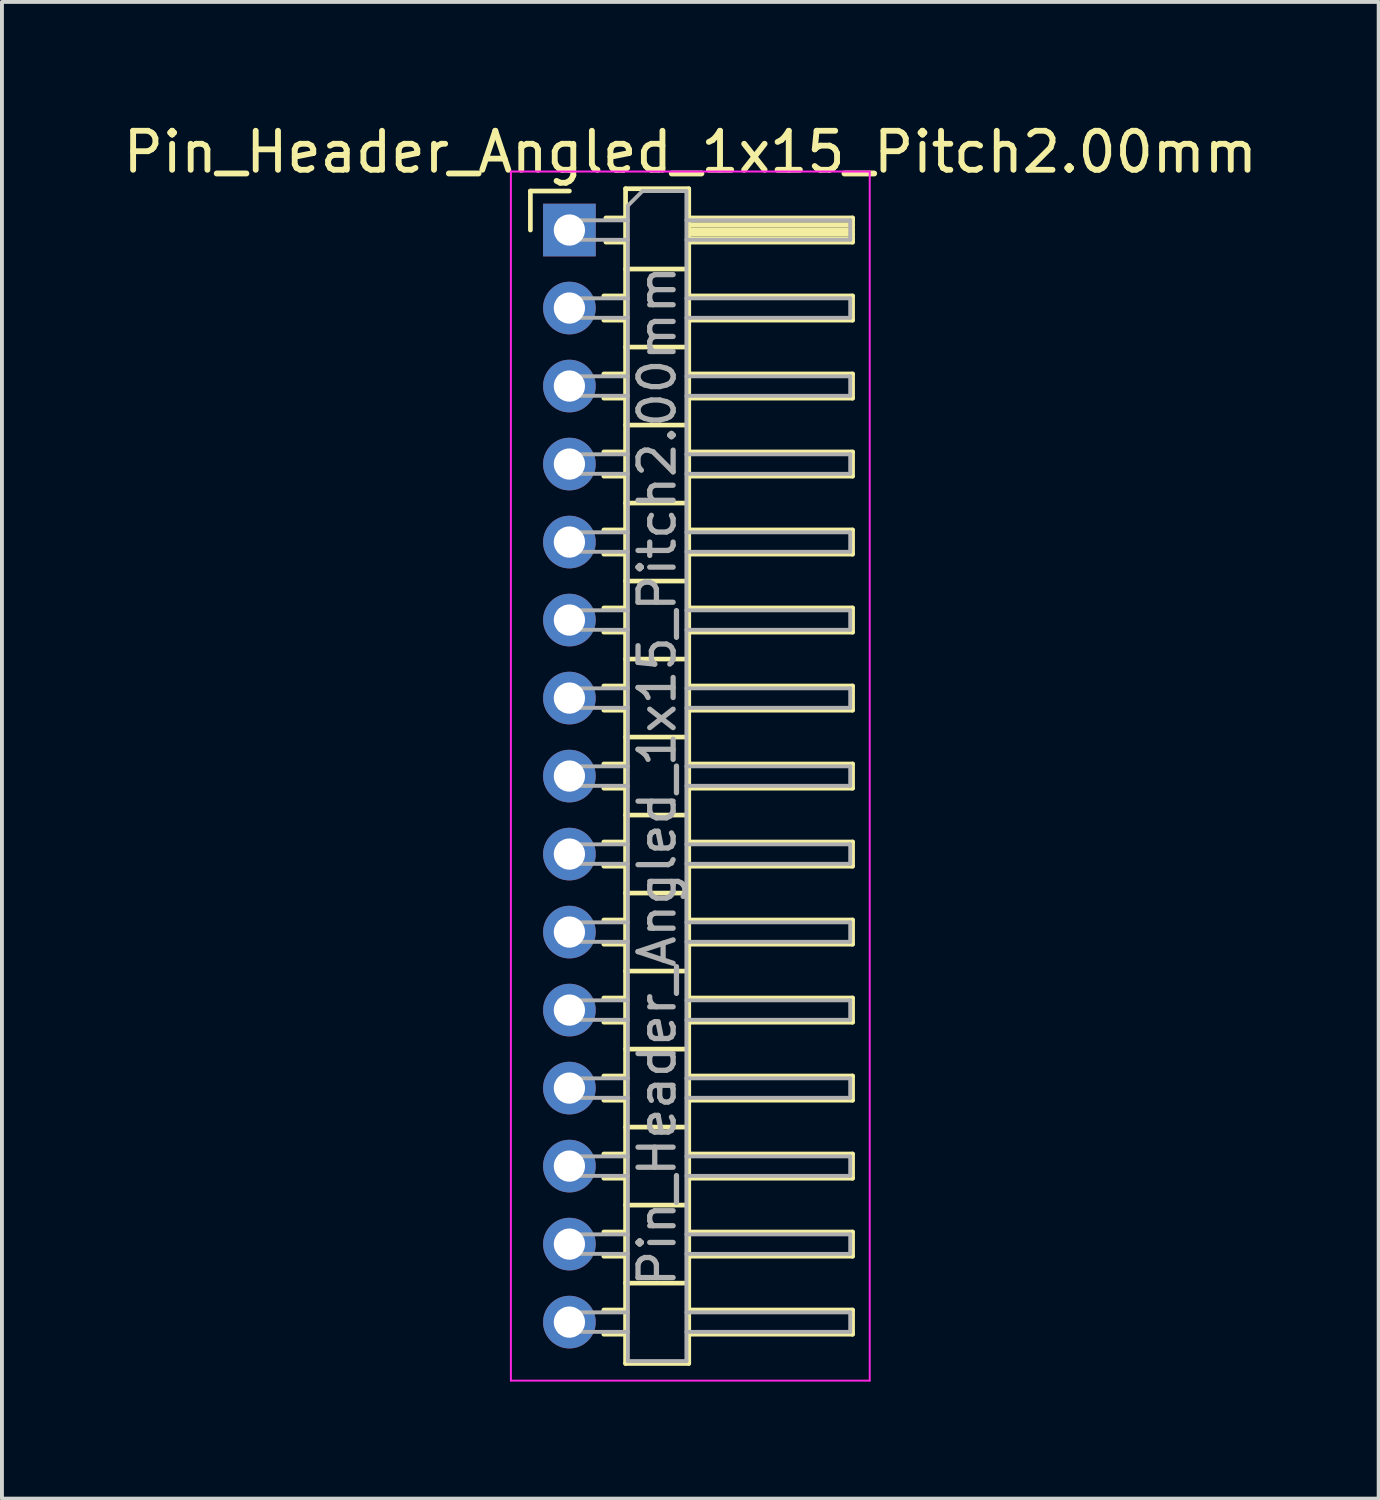
<source format=kicad_pcb>
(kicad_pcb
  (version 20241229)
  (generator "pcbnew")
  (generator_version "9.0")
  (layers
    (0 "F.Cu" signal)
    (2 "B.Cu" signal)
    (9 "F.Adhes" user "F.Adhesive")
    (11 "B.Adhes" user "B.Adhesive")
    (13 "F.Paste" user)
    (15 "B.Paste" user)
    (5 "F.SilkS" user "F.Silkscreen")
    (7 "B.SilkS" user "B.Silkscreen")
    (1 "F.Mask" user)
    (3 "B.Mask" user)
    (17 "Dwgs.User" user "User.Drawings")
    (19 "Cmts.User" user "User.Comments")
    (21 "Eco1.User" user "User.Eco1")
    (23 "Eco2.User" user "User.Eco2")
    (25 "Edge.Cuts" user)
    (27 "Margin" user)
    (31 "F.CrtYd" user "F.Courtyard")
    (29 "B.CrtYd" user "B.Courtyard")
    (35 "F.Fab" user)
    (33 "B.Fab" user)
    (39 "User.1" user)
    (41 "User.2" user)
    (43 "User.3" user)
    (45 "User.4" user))
  (footprint "Pin_Header_Angled_1x15_Pitch2.00mm"
    (layer "F.Cu")
    (at 11.549 2.848)
    (property "Reference" "Pin_Header_Angled_1x15_Pitch2.00mm" (at 3.1 -2 0) (layer "F.SilkS") (effects (font (size 1 1) (thickness 0.15))))
    (attr through_hole)
    (fp_line (start -1 -1) (end 0 -1) (stroke (width 0.12) (type solid)) (layer "F.SilkS"))
    (fp_line (start -1 0) (end -1 -1) (stroke (width 0.12) (type solid)) (layer "F.SilkS"))
    (fp_line (start 0.882 1.69) (end 1.44 1.69) (stroke (width 0.12) (type solid)) (layer "F.SilkS"))
    (fp_line (start 0.882 2.31) (end 1.44 2.31) (stroke (width 0.12) (type solid)) (layer "F.SilkS"))
    (fp_line (start 0.882 3.69) (end 1.44 3.69) (stroke (width 0.12) (type solid)) (layer "F.SilkS"))
    (fp_line (start 0.882 4.31) (end 1.44 4.31) (stroke (width 0.12) (type solid)) (layer "F.SilkS"))
    (fp_line (start 0.882 5.69) (end 1.44 5.69) (stroke (width 0.12) (type solid)) (layer "F.SilkS"))
    (fp_line (start 0.882 6.31) (end 1.44 6.31) (stroke (width 0.12) (type solid)) (layer "F.SilkS"))
    (fp_line (start 0.882 7.69) (end 1.44 7.69) (stroke (width 0.12) (type solid)) (layer "F.SilkS"))
    (fp_line (start 0.882 8.31) (end 1.44 8.31) (stroke (width 0.12) (type solid)) (layer "F.SilkS"))
    (fp_line (start 0.882 9.69) (end 1.44 9.69) (stroke (width 0.12) (type solid)) (layer "F.SilkS"))
    (fp_line (start 0.882 10.31) (end 1.44 10.31) (stroke (width 0.12) (type solid)) (layer "F.SilkS"))
    (fp_line (start 0.882 11.69) (end 1.44 11.69) (stroke (width 0.12) (type solid)) (layer "F.SilkS"))
    (fp_line (start 0.882 12.31) (end 1.44 12.31) (stroke (width 0.12) (type solid)) (layer "F.SilkS"))
    (fp_line (start 0.882 13.69) (end 1.44 13.69) (stroke (width 0.12) (type solid)) (layer "F.SilkS"))
    (fp_line (start 0.882 14.31) (end 1.44 14.31) (stroke (width 0.12) (type solid)) (layer "F.SilkS"))
    (fp_line (start 0.882 15.69) (end 1.44 15.69) (stroke (width 0.12) (type solid)) (layer "F.SilkS"))
    (fp_line (start 0.882 16.31) (end 1.44 16.31) (stroke (width 0.12) (type solid)) (layer "F.SilkS"))
    (fp_line (start 0.882 17.69) (end 1.44 17.69) (stroke (width 0.12) (type solid)) (layer "F.SilkS"))
    (fp_line (start 0.882 18.31) (end 1.44 18.31) (stroke (width 0.12) (type solid)) (layer "F.SilkS"))
    (fp_line (start 0.882 19.69) (end 1.44 19.69) (stroke (width 0.12) (type solid)) (layer "F.SilkS"))
    (fp_line (start 0.882 20.31) (end 1.44 20.31) (stroke (width 0.12) (type solid)) (layer "F.SilkS"))
    (fp_line (start 0.882 21.69) (end 1.44 21.69) (stroke (width 0.12) (type solid)) (layer "F.SilkS"))
    (fp_line (start 0.882 22.31) (end 1.44 22.31) (stroke (width 0.12) (type solid)) (layer "F.SilkS"))
    (fp_line (start 0.882 23.69) (end 1.44 23.69) (stroke (width 0.12) (type solid)) (layer "F.SilkS"))
    (fp_line (start 0.882 24.31) (end 1.44 24.31) (stroke (width 0.12) (type solid)) (layer "F.SilkS"))
    (fp_line (start 0.882 25.69) (end 1.44 25.69) (stroke (width 0.12) (type solid)) (layer "F.SilkS"))
    (fp_line (start 0.882 26.31) (end 1.44 26.31) (stroke (width 0.12) (type solid)) (layer "F.SilkS"))
    (fp_line (start 0.882 27.69) (end 1.44 27.69) (stroke (width 0.12) (type solid)) (layer "F.SilkS"))
    (fp_line (start 0.882 28.31) (end 1.44 28.31) (stroke (width 0.12) (type solid)) (layer "F.SilkS"))
    (fp_line (start 0.935 -0.31) (end 1.44 -0.31) (stroke (width 0.12) (type solid)) (layer "F.SilkS"))
    (fp_line (start 0.935 0.31) (end 1.44 0.31) (stroke (width 0.12) (type solid)) (layer "F.SilkS"))
    (fp_line (start 1.44 -1.06) (end 1.44 29.06) (stroke (width 0.12) (type solid)) (layer "F.SilkS"))
    (fp_line (start 1.44 1) (end 3.06 1) (stroke (width 0.12) (type solid)) (layer "F.SilkS"))
    (fp_line (start 1.44 3) (end 3.06 3) (stroke (width 0.12) (type solid)) (layer "F.SilkS"))
    (fp_line (start 1.44 5) (end 3.06 5) (stroke (width 0.12) (type solid)) (layer "F.SilkS"))
    (fp_line (start 1.44 7) (end 3.06 7) (stroke (width 0.12) (type solid)) (layer "F.SilkS"))
    (fp_line (start 1.44 9) (end 3.06 9) (stroke (width 0.12) (type solid)) (layer "F.SilkS"))
    (fp_line (start 1.44 11) (end 3.06 11) (stroke (width 0.12) (type solid)) (layer "F.SilkS"))
    (fp_line (start 1.44 13) (end 3.06 13) (stroke (width 0.12) (type solid)) (layer "F.SilkS"))
    (fp_line (start 1.44 15) (end 3.06 15) (stroke (width 0.12) (type solid)) (layer "F.SilkS"))
    (fp_line (start 1.44 17) (end 3.06 17) (stroke (width 0.12) (type solid)) (layer "F.SilkS"))
    (fp_line (start 1.44 19) (end 3.06 19) (stroke (width 0.12) (type solid)) (layer "F.SilkS"))
    (fp_line (start 1.44 21) (end 3.06 21) (stroke (width 0.12) (type solid)) (layer "F.SilkS"))
    (fp_line (start 1.44 23) (end 3.06 23) (stroke (width 0.12) (type solid)) (layer "F.SilkS"))
    (fp_line (start 1.44 25) (end 3.06 25) (stroke (width 0.12) (type solid)) (layer "F.SilkS"))
    (fp_line (start 1.44 27) (end 3.06 27) (stroke (width 0.12) (type solid)) (layer "F.SilkS"))
    (fp_line (start 1.44 29.06) (end 3.06 29.06) (stroke (width 0.12) (type solid)) (layer "F.SilkS"))
    (fp_line (start 3.06 -1.06) (end 1.44 -1.06) (stroke (width 0.12) (type solid)) (layer "F.SilkS"))
    (fp_line (start 3.06 -0.31) (end 7.26 -0.31) (stroke (width 0.12) (type solid)) (layer "F.SilkS"))
    (fp_line (start 3.06 -0.25) (end 7.26 -0.25) (stroke (width 0.12) (type solid)) (layer "F.SilkS"))
    (fp_line (start 3.06 -0.13) (end 7.26 -0.13) (stroke (width 0.12) (type solid)) (layer "F.SilkS"))
    (fp_line (start 3.06 -0.01) (end 7.26 -0.01) (stroke (width 0.12) (type solid)) (layer "F.SilkS"))
    (fp_line (start 3.06 0.11) (end 7.26 0.11) (stroke (width 0.12) (type solid)) (layer "F.SilkS"))
    (fp_line (start 3.06 0.23) (end 7.26 0.23) (stroke (width 0.12) (type solid)) (layer "F.SilkS"))
    (fp_line (start 3.06 1.69) (end 7.26 1.69) (stroke (width 0.12) (type solid)) (layer "F.SilkS"))
    (fp_line (start 3.06 3.69) (end 7.26 3.69) (stroke (width 0.12) (type solid)) (layer "F.SilkS"))
    (fp_line (start 3.06 5.69) (end 7.26 5.69) (stroke (width 0.12) (type solid)) (layer "F.SilkS"))
    (fp_line (start 3.06 7.69) (end 7.26 7.69) (stroke (width 0.12) (type solid)) (layer "F.SilkS"))
    (fp_line (start 3.06 9.69) (end 7.26 9.69) (stroke (width 0.12) (type solid)) (layer "F.SilkS"))
    (fp_line (start 3.06 11.69) (end 7.26 11.69) (stroke (width 0.12) (type solid)) (layer "F.SilkS"))
    (fp_line (start 3.06 13.69) (end 7.26 13.69) (stroke (width 0.12) (type solid)) (layer "F.SilkS"))
    (fp_line (start 3.06 15.69) (end 7.26 15.69) (stroke (width 0.12) (type solid)) (layer "F.SilkS"))
    (fp_line (start 3.06 17.69) (end 7.26 17.69) (stroke (width 0.12) (type solid)) (layer "F.SilkS"))
    (fp_line (start 3.06 19.69) (end 7.26 19.69) (stroke (width 0.12) (type solid)) (layer "F.SilkS"))
    (fp_line (start 3.06 21.69) (end 7.26 21.69) (stroke (width 0.12) (type solid)) (layer "F.SilkS"))
    (fp_line (start 3.06 23.69) (end 7.26 23.69) (stroke (width 0.12) (type solid)) (layer "F.SilkS"))
    (fp_line (start 3.06 25.69) (end 7.26 25.69) (stroke (width 0.12) (type solid)) (layer "F.SilkS"))
    (fp_line (start 3.06 27.69) (end 7.26 27.69) (stroke (width 0.12) (type solid)) (layer "F.SilkS"))
    (fp_line (start 3.06 29.06) (end 3.06 -1.06) (stroke (width 0.12) (type solid)) (layer "F.SilkS"))
    (fp_line (start 7.26 -0.31) (end 7.26 0.31) (stroke (width 0.12) (type solid)) (layer "F.SilkS"))
    (fp_line (start 7.26 0.31) (end 3.06 0.31) (stroke (width 0.12) (type solid)) (layer "F.SilkS"))
    (fp_line (start 7.26 1.69) (end 7.26 2.31) (stroke (width 0.12) (type solid)) (layer "F.SilkS"))
    (fp_line (start 7.26 2.31) (end 3.06 2.31) (stroke (width 0.12) (type solid)) (layer "F.SilkS"))
    (fp_line (start 7.26 3.69) (end 7.26 4.31) (stroke (width 0.12) (type solid)) (layer "F.SilkS"))
    (fp_line (start 7.26 4.31) (end 3.06 4.31) (stroke (width 0.12) (type solid)) (layer "F.SilkS"))
    (fp_line (start 7.26 5.69) (end 7.26 6.31) (stroke (width 0.12) (type solid)) (layer "F.SilkS"))
    (fp_line (start 7.26 6.31) (end 3.06 6.31) (stroke (width 0.12) (type solid)) (layer "F.SilkS"))
    (fp_line (start 7.26 7.69) (end 7.26 8.31) (stroke (width 0.12) (type solid)) (layer "F.SilkS"))
    (fp_line (start 7.26 8.31) (end 3.06 8.31) (stroke (width 0.12) (type solid)) (layer "F.SilkS"))
    (fp_line (start 7.26 9.69) (end 7.26 10.31) (stroke (width 0.12) (type solid)) (layer "F.SilkS"))
    (fp_line (start 7.26 10.31) (end 3.06 10.31) (stroke (width 0.12) (type solid)) (layer "F.SilkS"))
    (fp_line (start 7.26 11.69) (end 7.26 12.31) (stroke (width 0.12) (type solid)) (layer "F.SilkS"))
    (fp_line (start 7.26 12.31) (end 3.06 12.31) (stroke (width 0.12) (type solid)) (layer "F.SilkS"))
    (fp_line (start 7.26 13.69) (end 7.26 14.31) (stroke (width 0.12) (type solid)) (layer "F.SilkS"))
    (fp_line (start 7.26 14.31) (end 3.06 14.31) (stroke (width 0.12) (type solid)) (layer "F.SilkS"))
    (fp_line (start 7.26 15.69) (end 7.26 16.31) (stroke (width 0.12) (type solid)) (layer "F.SilkS"))
    (fp_line (start 7.26 16.31) (end 3.06 16.31) (stroke (width 0.12) (type solid)) (layer "F.SilkS"))
    (fp_line (start 7.26 17.69) (end 7.26 18.31) (stroke (width 0.12) (type solid)) (layer "F.SilkS"))
    (fp_line (start 7.26 18.31) (end 3.06 18.31) (stroke (width 0.12) (type solid)) (layer "F.SilkS"))
    (fp_line (start 7.26 19.69) (end 7.26 20.31) (stroke (width 0.12) (type solid)) (layer "F.SilkS"))
    (fp_line (start 7.26 20.31) (end 3.06 20.31) (stroke (width 0.12) (type solid)) (layer "F.SilkS"))
    (fp_line (start 7.26 21.69) (end 7.26 22.31) (stroke (width 0.12) (type solid)) (layer "F.SilkS"))
    (fp_line (start 7.26 22.31) (end 3.06 22.31) (stroke (width 0.12) (type solid)) (layer "F.SilkS"))
    (fp_line (start 7.26 23.69) (end 7.26 24.31) (stroke (width 0.12) (type solid)) (layer "F.SilkS"))
    (fp_line (start 7.26 24.31) (end 3.06 24.31) (stroke (width 0.12) (type solid)) (layer "F.SilkS"))
    (fp_line (start 7.26 25.69) (end 7.26 26.31) (stroke (width 0.12) (type solid)) (layer "F.SilkS"))
    (fp_line (start 7.26 26.31) (end 3.06 26.31) (stroke (width 0.12) (type solid)) (layer "F.SilkS"))
    (fp_line (start 7.26 27.69) (end 7.26 28.31) (stroke (width 0.12) (type solid)) (layer "F.SilkS"))
    (fp_line (start 7.26 28.31) (end 3.06 28.31) (stroke (width 0.12) (type solid)) (layer "F.SilkS"))
    (fp_line (start -1.5 -1.5) (end -1.5 29.5) (stroke (width 0.05) (type solid)) (layer "F.CrtYd"))
    (fp_line (start -1.5 29.5) (end 7.7 29.5) (stroke (width 0.05) (type solid)) (layer "F.CrtYd"))
    (fp_line (start 7.7 -1.5) (end -1.5 -1.5) (stroke (width 0.05) (type solid)) (layer "F.CrtYd"))
    (fp_line (start 7.7 29.5) (end 7.7 -1.5) (stroke (width 0.05) (type solid)) (layer "F.CrtYd"))
    (fp_line (start -0.25 -0.25) (end -0.25 0.25) (stroke (width 0.1) (type solid)) (layer "F.Fab"))
    (fp_line (start -0.25 -0.25) (end 1.5 -0.25) (stroke (width 0.1) (type solid)) (layer "F.Fab"))
    (fp_line (start -0.25 0.25) (end 1.5 0.25) (stroke (width 0.1) (type solid)) (layer "F.Fab"))
    (fp_line (start -0.25 1.75) (end -0.25 2.25) (stroke (width 0.1) (type solid)) (layer "F.Fab"))
    (fp_line (start -0.25 1.75) (end 1.5 1.75) (stroke (width 0.1) (type solid)) (layer "F.Fab"))
    (fp_line (start -0.25 2.25) (end 1.5 2.25) (stroke (width 0.1) (type solid)) (layer "F.Fab"))
    (fp_line (start -0.25 3.75) (end -0.25 4.25) (stroke (width 0.1) (type solid)) (layer "F.Fab"))
    (fp_line (start -0.25 3.75) (end 1.5 3.75) (stroke (width 0.1) (type solid)) (layer "F.Fab"))
    (fp_line (start -0.25 4.25) (end 1.5 4.25) (stroke (width 0.1) (type solid)) (layer "F.Fab"))
    (fp_line (start -0.25 5.75) (end -0.25 6.25) (stroke (width 0.1) (type solid)) (layer "F.Fab"))
    (fp_line (start -0.25 5.75) (end 1.5 5.75) (stroke (width 0.1) (type solid)) (layer "F.Fab"))
    (fp_line (start -0.25 6.25) (end 1.5 6.25) (stroke (width 0.1) (type solid)) (layer "F.Fab"))
    (fp_line (start -0.25 7.75) (end -0.25 8.25) (stroke (width 0.1) (type solid)) (layer "F.Fab"))
    (fp_line (start -0.25 7.75) (end 1.5 7.75) (stroke (width 0.1) (type solid)) (layer "F.Fab"))
    (fp_line (start -0.25 8.25) (end 1.5 8.25) (stroke (width 0.1) (type solid)) (layer "F.Fab"))
    (fp_line (start -0.25 9.75) (end -0.25 10.25) (stroke (width 0.1) (type solid)) (layer "F.Fab"))
    (fp_line (start -0.25 9.75) (end 1.5 9.75) (stroke (width 0.1) (type solid)) (layer "F.Fab"))
    (fp_line (start -0.25 10.25) (end 1.5 10.25) (stroke (width 0.1) (type solid)) (layer "F.Fab"))
    (fp_line (start -0.25 11.75) (end -0.25 12.25) (stroke (width 0.1) (type solid)) (layer "F.Fab"))
    (fp_line (start -0.25 11.75) (end 1.5 11.75) (stroke (width 0.1) (type solid)) (layer "F.Fab"))
    (fp_line (start -0.25 12.25) (end 1.5 12.25) (stroke (width 0.1) (type solid)) (layer "F.Fab"))
    (fp_line (start -0.25 13.75) (end -0.25 14.25) (stroke (width 0.1) (type solid)) (layer "F.Fab"))
    (fp_line (start -0.25 13.75) (end 1.5 13.75) (stroke (width 0.1) (type solid)) (layer "F.Fab"))
    (fp_line (start -0.25 14.25) (end 1.5 14.25) (stroke (width 0.1) (type solid)) (layer "F.Fab"))
    (fp_line (start -0.25 15.75) (end -0.25 16.25) (stroke (width 0.1) (type solid)) (layer "F.Fab"))
    (fp_line (start -0.25 15.75) (end 1.5 15.75) (stroke (width 0.1) (type solid)) (layer "F.Fab"))
    (fp_line (start -0.25 16.25) (end 1.5 16.25) (stroke (width 0.1) (type solid)) (layer "F.Fab"))
    (fp_line (start -0.25 17.75) (end -0.25 18.25) (stroke (width 0.1) (type solid)) (layer "F.Fab"))
    (fp_line (start -0.25 17.75) (end 1.5 17.75) (stroke (width 0.1) (type solid)) (layer "F.Fab"))
    (fp_line (start -0.25 18.25) (end 1.5 18.25) (stroke (width 0.1) (type solid)) (layer "F.Fab"))
    (fp_line (start -0.25 19.75) (end -0.25 20.25) (stroke (width 0.1) (type solid)) (layer "F.Fab"))
    (fp_line (start -0.25 19.75) (end 1.5 19.75) (stroke (width 0.1) (type solid)) (layer "F.Fab"))
    (fp_line (start -0.25 20.25) (end 1.5 20.25) (stroke (width 0.1) (type solid)) (layer "F.Fab"))
    (fp_line (start -0.25 21.75) (end -0.25 22.25) (stroke (width 0.1) (type solid)) (layer "F.Fab"))
    (fp_line (start -0.25 21.75) (end 1.5 21.75) (stroke (width 0.1) (type solid)) (layer "F.Fab"))
    (fp_line (start -0.25 22.25) (end 1.5 22.25) (stroke (width 0.1) (type solid)) (layer "F.Fab"))
    (fp_line (start -0.25 23.75) (end -0.25 24.25) (stroke (width 0.1) (type solid)) (layer "F.Fab"))
    (fp_line (start -0.25 23.75) (end 1.5 23.75) (stroke (width 0.1) (type solid)) (layer "F.Fab"))
    (fp_line (start -0.25 24.25) (end 1.5 24.25) (stroke (width 0.1) (type solid)) (layer "F.Fab"))
    (fp_line (start -0.25 25.75) (end -0.25 26.25) (stroke (width 0.1) (type solid)) (layer "F.Fab"))
    (fp_line (start -0.25 25.75) (end 1.5 25.75) (stroke (width 0.1) (type solid)) (layer "F.Fab"))
    (fp_line (start -0.25 26.25) (end 1.5 26.25) (stroke (width 0.1) (type solid)) (layer "F.Fab"))
    (fp_line (start -0.25 27.75) (end -0.25 28.25) (stroke (width 0.1) (type solid)) (layer "F.Fab"))
    (fp_line (start -0.25 27.75) (end 1.5 27.75) (stroke (width 0.1) (type solid)) (layer "F.Fab"))
    (fp_line (start -0.25 28.25) (end 1.5 28.25) (stroke (width 0.1) (type solid)) (layer "F.Fab"))
    (fp_line (start 1.5 -0.625) (end 1.875 -1) (stroke (width 0.1) (type solid)) (layer "F.Fab"))
    (fp_line (start 1.5 29) (end 1.5 -0.625) (stroke (width 0.1) (type solid)) (layer "F.Fab"))
    (fp_line (start 1.875 -1) (end 3 -1) (stroke (width 0.1) (type solid)) (layer "F.Fab"))
    (fp_line (start 3 -1) (end 3 29) (stroke (width 0.1) (type solid)) (layer "F.Fab"))
    (fp_line (start 3 -0.25) (end 7.2 -0.25) (stroke (width 0.1) (type solid)) (layer "F.Fab"))
    (fp_line (start 3 0.25) (end 7.2 0.25) (stroke (width 0.1) (type solid)) (layer "F.Fab"))
    (fp_line (start 3 1.75) (end 7.2 1.75) (stroke (width 0.1) (type solid)) (layer "F.Fab"))
    (fp_line (start 3 2.25) (end 7.2 2.25) (stroke (width 0.1) (type solid)) (layer "F.Fab"))
    (fp_line (start 3 3.75) (end 7.2 3.75) (stroke (width 0.1) (type solid)) (layer "F.Fab"))
    (fp_line (start 3 4.25) (end 7.2 4.25) (stroke (width 0.1) (type solid)) (layer "F.Fab"))
    (fp_line (start 3 5.75) (end 7.2 5.75) (stroke (width 0.1) (type solid)) (layer "F.Fab"))
    (fp_line (start 3 6.25) (end 7.2 6.25) (stroke (width 0.1) (type solid)) (layer "F.Fab"))
    (fp_line (start 3 7.75) (end 7.2 7.75) (stroke (width 0.1) (type solid)) (layer "F.Fab"))
    (fp_line (start 3 8.25) (end 7.2 8.25) (stroke (width 0.1) (type solid)) (layer "F.Fab"))
    (fp_line (start 3 9.75) (end 7.2 9.75) (stroke (width 0.1) (type solid)) (layer "F.Fab"))
    (fp_line (start 3 10.25) (end 7.2 10.25) (stroke (width 0.1) (type solid)) (layer "F.Fab"))
    (fp_line (start 3 11.75) (end 7.2 11.75) (stroke (width 0.1) (type solid)) (layer "F.Fab"))
    (fp_line (start 3 12.25) (end 7.2 12.25) (stroke (width 0.1) (type solid)) (layer "F.Fab"))
    (fp_line (start 3 13.75) (end 7.2 13.75) (stroke (width 0.1) (type solid)) (layer "F.Fab"))
    (fp_line (start 3 14.25) (end 7.2 14.25) (stroke (width 0.1) (type solid)) (layer "F.Fab"))
    (fp_line (start 3 15.75) (end 7.2 15.75) (stroke (width 0.1) (type solid)) (layer "F.Fab"))
    (fp_line (start 3 16.25) (end 7.2 16.25) (stroke (width 0.1) (type solid)) (layer "F.Fab"))
    (fp_line (start 3 17.75) (end 7.2 17.75) (stroke (width 0.1) (type solid)) (layer "F.Fab"))
    (fp_line (start 3 18.25) (end 7.2 18.25) (stroke (width 0.1) (type solid)) (layer "F.Fab"))
    (fp_line (start 3 19.75) (end 7.2 19.75) (stroke (width 0.1) (type solid)) (layer "F.Fab"))
    (fp_line (start 3 20.25) (end 7.2 20.25) (stroke (width 0.1) (type solid)) (layer "F.Fab"))
    (fp_line (start 3 21.75) (end 7.2 21.75) (stroke (width 0.1) (type solid)) (layer "F.Fab"))
    (fp_line (start 3 22.25) (end 7.2 22.25) (stroke (width 0.1) (type solid)) (layer "F.Fab"))
    (fp_line (start 3 23.75) (end 7.2 23.75) (stroke (width 0.1) (type solid)) (layer "F.Fab"))
    (fp_line (start 3 24.25) (end 7.2 24.25) (stroke (width 0.1) (type solid)) (layer "F.Fab"))
    (fp_line (start 3 25.75) (end 7.2 25.75) (stroke (width 0.1) (type solid)) (layer "F.Fab"))
    (fp_line (start 3 26.25) (end 7.2 26.25) (stroke (width 0.1) (type solid)) (layer "F.Fab"))
    (fp_line (start 3 27.75) (end 7.2 27.75) (stroke (width 0.1) (type solid)) (layer "F.Fab"))
    (fp_line (start 3 28.25) (end 7.2 28.25) (stroke (width 0.1) (type solid)) (layer "F.Fab"))
    (fp_line (start 3 29) (end 1.5 29) (stroke (width 0.1) (type solid)) (layer "F.Fab"))
    (fp_line (start 7.2 -0.25) (end 7.2 0.25) (stroke (width 0.1) (type solid)) (layer "F.Fab"))
    (fp_line (start 7.2 1.75) (end 7.2 2.25) (stroke (width 0.1) (type solid)) (layer "F.Fab"))
    (fp_line (start 7.2 3.75) (end 7.2 4.25) (stroke (width 0.1) (type solid)) (layer "F.Fab"))
    (fp_line (start 7.2 5.75) (end 7.2 6.25) (stroke (width 0.1) (type solid)) (layer "F.Fab"))
    (fp_line (start 7.2 7.75) (end 7.2 8.25) (stroke (width 0.1) (type solid)) (layer "F.Fab"))
    (fp_line (start 7.2 9.75) (end 7.2 10.25) (stroke (width 0.1) (type solid)) (layer "F.Fab"))
    (fp_line (start 7.2 11.75) (end 7.2 12.25) (stroke (width 0.1) (type solid)) (layer "F.Fab"))
    (fp_line (start 7.2 13.75) (end 7.2 14.25) (stroke (width 0.1) (type solid)) (layer "F.Fab"))
    (fp_line (start 7.2 15.75) (end 7.2 16.25) (stroke (width 0.1) (type solid)) (layer "F.Fab"))
    (fp_line (start 7.2 17.75) (end 7.2 18.25) (stroke (width 0.1) (type solid)) (layer "F.Fab"))
    (fp_line (start 7.2 19.75) (end 7.2 20.25) (stroke (width 0.1) (type solid)) (layer "F.Fab"))
    (fp_line (start 7.2 21.75) (end 7.2 22.25) (stroke (width 0.1) (type solid)) (layer "F.Fab"))
    (fp_line (start 7.2 23.75) (end 7.2 24.25) (stroke (width 0.1) (type solid)) (layer "F.Fab"))
    (fp_line (start 7.2 25.75) (end 7.2 26.25) (stroke (width 0.1) (type solid)) (layer "F.Fab"))
    (fp_line (start 7.2 27.75) (end 7.2 28.25) (stroke (width 0.1) (type solid)) (layer "F.Fab"))
    (fp_text user "${REFERENCE}" (at 2.25 14 90) (layer "F.Fab") (effects (font (size 0.9 0.9) (thickness 0.135))))
    (pad "1" thru_hole rect (at 0 0) (size 1.35 1.35) (drill 0.8) (layers "*.Cu" "*.Mask"))
    (pad "2" thru_hole oval (at 0 2) (size 1.35 1.35) (drill 0.8) (layers "*.Cu" "*.Mask"))
    (pad "3" thru_hole oval (at 0 4) (size 1.35 1.35) (drill 0.8) (layers "*.Cu" "*.Mask"))
    (pad "4" thru_hole oval (at 0 6) (size 1.35 1.35) (drill 0.8) (layers "*.Cu" "*.Mask"))
    (pad "5" thru_hole oval (at 0 8) (size 1.35 1.35) (drill 0.8) (layers "*.Cu" "*.Mask"))
    (pad "6" thru_hole oval (at 0 10) (size 1.35 1.35) (drill 0.8) (layers "*.Cu" "*.Mask"))
    (pad "7" thru_hole oval (at 0 12) (size 1.35 1.35) (drill 0.8) (layers "*.Cu" "*.Mask"))
    (pad "8" thru_hole oval (at 0 14) (size 1.35 1.35) (drill 0.8) (layers "*.Cu" "*.Mask"))
    (pad "9" thru_hole oval (at 0 16) (size 1.35 1.35) (drill 0.8) (layers "*.Cu" "*.Mask"))
    (pad "10" thru_hole oval (at 0 18) (size 1.35 1.35) (drill 0.8) (layers "*.Cu" "*.Mask"))
    (pad "11" thru_hole oval (at 0 20) (size 1.35 1.35) (drill 0.8) (layers "*.Cu" "*.Mask"))
    (pad "12" thru_hole oval (at 0 22) (size 1.35 1.35) (drill 0.8) (layers "*.Cu" "*.Mask"))
    (pad "13" thru_hole oval (at 0 24) (size 1.35 1.35) (drill 0.8) (layers "*.Cu" "*.Mask"))
    (pad "14" thru_hole oval (at 0 26) (size 1.35 1.35) (drill 0.8) (layers "*.Cu" "*.Mask"))
    (pad "15" thru_hole oval (at 0 28) (size 1.35 1.35) (drill 0.8) (layers "*.Cu" "*.Mask")))
  (gr_rect
    (start -3 -3)
    (end 32.298 35.373)
    (stroke (width 0.1) (type default))
    (fill no)
    (layer "Edge.Cuts")))
</source>
